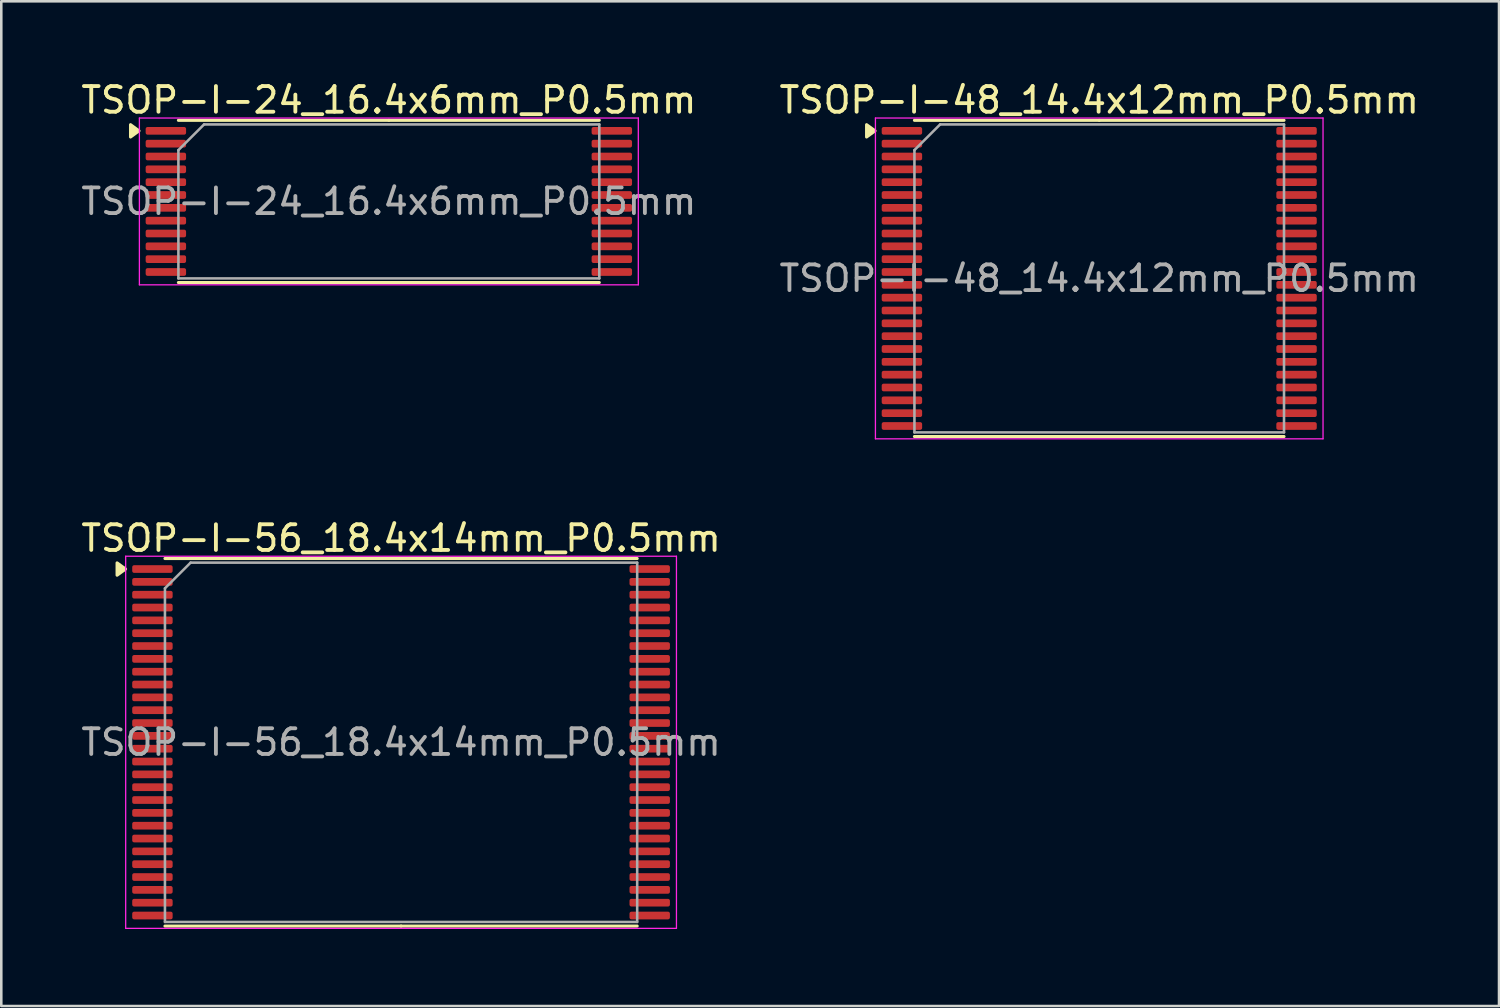
<source format=kicad_pcb>
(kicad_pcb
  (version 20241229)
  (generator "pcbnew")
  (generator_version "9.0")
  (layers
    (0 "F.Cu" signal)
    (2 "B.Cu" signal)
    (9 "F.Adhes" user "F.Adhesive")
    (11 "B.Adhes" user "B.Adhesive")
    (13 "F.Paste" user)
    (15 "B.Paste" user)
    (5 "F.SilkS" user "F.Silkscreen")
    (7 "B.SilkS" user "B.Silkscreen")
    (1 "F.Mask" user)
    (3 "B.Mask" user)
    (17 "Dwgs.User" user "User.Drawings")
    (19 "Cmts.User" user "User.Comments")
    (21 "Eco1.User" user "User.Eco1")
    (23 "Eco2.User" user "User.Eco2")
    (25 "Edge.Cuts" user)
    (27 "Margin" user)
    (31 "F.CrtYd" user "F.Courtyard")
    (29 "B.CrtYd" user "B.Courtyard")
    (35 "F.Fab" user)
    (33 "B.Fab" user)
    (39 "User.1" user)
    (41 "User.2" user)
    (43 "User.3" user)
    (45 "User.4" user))
  (footprint "TSOP-I-24_16.4x6mm_P0.5mm"
    (layer "F.Cu")
    (at 12.101 4.798)
    (property "Reference" "TSOP-I-24_16.4x6mm_P0.5mm" (at 0 -3.95 0) (layer "F.SilkS") (effects (font (size 1 1) (thickness 0.15))))
    (attr smd)
    (fp_line (start 0 -3.16) (end -8.2 -3.16) (stroke (width 0.12) (type solid)) (layer "F.SilkS"))
    (fp_line (start 0 -3.16) (end 8.2 -3.16) (stroke (width 0.12) (type solid)) (layer "F.SilkS"))
    (fp_line (start 0 3.16) (end -8.2 3.16) (stroke (width 0.12) (type solid)) (layer "F.SilkS"))
    (fp_line (start 0 3.16) (end 8.2 3.16) (stroke (width 0.12) (type solid)) (layer "F.SilkS"))
    (fp_poly (pts (xy -9.735 -2.75) (xy -10.065 -2.51) (xy -10.065 -2.99) (xy -9.735 -2.75)) (stroke (width 0.12) (type solid)) (fill yes) (layer "F.SilkS"))
    (fp_line (start -9.72 -3.25) (end -9.72 3.25) (stroke (width 0.05) (type solid)) (layer "F.CrtYd"))
    (fp_line (start -9.72 3.25) (end 9.72 3.25) (stroke (width 0.05) (type solid)) (layer "F.CrtYd"))
    (fp_line (start 9.72 -3.25) (end -9.72 -3.25) (stroke (width 0.05) (type solid)) (layer "F.CrtYd"))
    (fp_line (start 9.72 3.25) (end 9.72 -3.25) (stroke (width 0.05) (type solid)) (layer "F.CrtYd"))
    (fp_line (start -8.2 -2) (end -7.2 -3) (stroke (width 0.1) (type solid)) (layer "F.Fab"))
    (fp_line (start -8.2 3) (end -8.2 -2) (stroke (width 0.1) (type solid)) (layer "F.Fab"))
    (fp_line (start -7.2 -3) (end 8.2 -3) (stroke (width 0.1) (type solid)) (layer "F.Fab"))
    (fp_line (start 8.2 -3) (end 8.2 3) (stroke (width 0.1) (type solid)) (layer "F.Fab"))
    (fp_line (start 8.2 3) (end -8.2 3) (stroke (width 0.1) (type solid)) (layer "F.Fab"))
    (fp_text user "${REFERENCE}" (at 0 0 0) (layer "F.Fab") (effects (font (size 1 1) (thickness 0.15))))
    (pad "1" smd roundrect (at -8.688 -2.75) (size 1.575 0.3) (layers "F.Cu" "F.Mask" "F.Paste") (roundrect_rratio 0.25))
    (pad "2" smd roundrect (at -8.688 -2.25) (size 1.575 0.3) (layers "F.Cu" "F.Mask" "F.Paste") (roundrect_rratio 0.25))
    (pad "3" smd roundrect (at -8.688 -1.75) (size 1.575 0.3) (layers "F.Cu" "F.Mask" "F.Paste") (roundrect_rratio 0.25))
    (pad "4" smd roundrect (at -8.688 -1.25) (size 1.575 0.3) (layers "F.Cu" "F.Mask" "F.Paste") (roundrect_rratio 0.25))
    (pad "5" smd roundrect (at -8.688 -0.75) (size 1.575 0.3) (layers "F.Cu" "F.Mask" "F.Paste") (roundrect_rratio 0.25))
    (pad "6" smd roundrect (at -8.688 -0.25) (size 1.575 0.3) (layers "F.Cu" "F.Mask" "F.Paste") (roundrect_rratio 0.25))
    (pad "7" smd roundrect (at -8.688 0.25) (size 1.575 0.3) (layers "F.Cu" "F.Mask" "F.Paste") (roundrect_rratio 0.25))
    (pad "8" smd roundrect (at -8.688 0.75) (size 1.575 0.3) (layers "F.Cu" "F.Mask" "F.Paste") (roundrect_rratio 0.25))
    (pad "9" smd roundrect (at -8.688 1.25) (size 1.575 0.3) (layers "F.Cu" "F.Mask" "F.Paste") (roundrect_rratio 0.25))
    (pad "10" smd roundrect (at -8.688 1.75) (size 1.575 0.3) (layers "F.Cu" "F.Mask" "F.Paste") (roundrect_rratio 0.25))
    (pad "11" smd roundrect (at -8.688 2.25) (size 1.575 0.3) (layers "F.Cu" "F.Mask" "F.Paste") (roundrect_rratio 0.25))
    (pad "12" smd roundrect (at -8.688 2.75) (size 1.575 0.3) (layers "F.Cu" "F.Mask" "F.Paste") (roundrect_rratio 0.25))
    (pad "13" smd roundrect (at 8.688 2.75) (size 1.575 0.3) (layers "F.Cu" "F.Mask" "F.Paste") (roundrect_rratio 0.25))
    (pad "14" smd roundrect (at 8.688 2.25) (size 1.575 0.3) (layers "F.Cu" "F.Mask" "F.Paste") (roundrect_rratio 0.25))
    (pad "15" smd roundrect (at 8.688 1.75) (size 1.575 0.3) (layers "F.Cu" "F.Mask" "F.Paste") (roundrect_rratio 0.25))
    (pad "16" smd roundrect (at 8.688 1.25) (size 1.575 0.3) (layers "F.Cu" "F.Mask" "F.Paste") (roundrect_rratio 0.25))
    (pad "17" smd roundrect (at 8.688 0.75) (size 1.575 0.3) (layers "F.Cu" "F.Mask" "F.Paste") (roundrect_rratio 0.25))
    (pad "18" smd roundrect (at 8.688 0.25) (size 1.575 0.3) (layers "F.Cu" "F.Mask" "F.Paste") (roundrect_rratio 0.25))
    (pad "19" smd roundrect (at 8.688 -0.25) (size 1.575 0.3) (layers "F.Cu" "F.Mask" "F.Paste") (roundrect_rratio 0.25))
    (pad "20" smd roundrect (at 8.688 -0.75) (size 1.575 0.3) (layers "F.Cu" "F.Mask" "F.Paste") (roundrect_rratio 0.25))
    (pad "21" smd roundrect (at 8.688 -1.25) (size 1.575 0.3) (layers "F.Cu" "F.Mask" "F.Paste") (roundrect_rratio 0.25))
    (pad "22" smd roundrect (at 8.688 -1.75) (size 1.575 0.3) (layers "F.Cu" "F.Mask" "F.Paste") (roundrect_rratio 0.25))
    (pad "23" smd roundrect (at 8.688 -2.25) (size 1.575 0.3) (layers "F.Cu" "F.Mask" "F.Paste") (roundrect_rratio 0.25))
    (pad "24" smd roundrect (at 8.688 -2.75) (size 1.575 0.3) (layers "F.Cu" "F.Mask" "F.Paste") (roundrect_rratio 0.25)))
  (footprint "TSOP-I-48_14.4x12mm_P0.5mm"
    (layer "F.Cu")
    (at 39.78 7.798)
    (property "Reference" "TSOP-I-48_14.4x12mm_P0.5mm" (at 0 -6.95 0) (layer "F.SilkS") (effects (font (size 1 1) (thickness 0.15))))
    (attr smd)
    (fp_line (start 0 -6.16) (end -7.2 -6.16) (stroke (width 0.12) (type solid)) (layer "F.SilkS"))
    (fp_line (start 0 -6.16) (end 7.2 -6.16) (stroke (width 0.12) (type solid)) (layer "F.SilkS"))
    (fp_line (start 0 6.16) (end -7.2 6.16) (stroke (width 0.12) (type solid)) (layer "F.SilkS"))
    (fp_line (start 0 6.16) (end 7.2 6.16) (stroke (width 0.12) (type solid)) (layer "F.SilkS"))
    (fp_poly (pts (xy -8.735 -5.75) (xy -9.065 -5.51) (xy -9.065 -5.99) (xy -8.735 -5.75)) (stroke (width 0.12) (type solid)) (fill yes) (layer "F.SilkS"))
    (fp_line (start -8.72 -6.25) (end -8.72 6.25) (stroke (width 0.05) (type solid)) (layer "F.CrtYd"))
    (fp_line (start -8.72 6.25) (end 8.72 6.25) (stroke (width 0.05) (type solid)) (layer "F.CrtYd"))
    (fp_line (start 8.72 -6.25) (end -8.72 -6.25) (stroke (width 0.05) (type solid)) (layer "F.CrtYd"))
    (fp_line (start 8.72 6.25) (end 8.72 -6.25) (stroke (width 0.05) (type solid)) (layer "F.CrtYd"))
    (fp_line (start -7.2 -5) (end -6.2 -6) (stroke (width 0.1) (type solid)) (layer "F.Fab"))
    (fp_line (start -7.2 6) (end -7.2 -5) (stroke (width 0.1) (type solid)) (layer "F.Fab"))
    (fp_line (start -6.2 -6) (end 7.2 -6) (stroke (width 0.1) (type solid)) (layer "F.Fab"))
    (fp_line (start 7.2 -6) (end 7.2 6) (stroke (width 0.1) (type solid)) (layer "F.Fab"))
    (fp_line (start 7.2 6) (end -7.2 6) (stroke (width 0.1) (type solid)) (layer "F.Fab"))
    (fp_text user "${REFERENCE}" (at 0 0 0) (layer "F.Fab") (effects (font (size 1 1) (thickness 0.15))))
    (pad "1" smd roundrect (at -7.688 -5.75) (size 1.575 0.3) (layers "F.Cu" "F.Mask" "F.Paste") (roundrect_rratio 0.25))
    (pad "2" smd roundrect (at -7.688 -5.25) (size 1.575 0.3) (layers "F.Cu" "F.Mask" "F.Paste") (roundrect_rratio 0.25))
    (pad "3" smd roundrect (at -7.688 -4.75) (size 1.575 0.3) (layers "F.Cu" "F.Mask" "F.Paste") (roundrect_rratio 0.25))
    (pad "4" smd roundrect (at -7.688 -4.25) (size 1.575 0.3) (layers "F.Cu" "F.Mask" "F.Paste") (roundrect_rratio 0.25))
    (pad "5" smd roundrect (at -7.688 -3.75) (size 1.575 0.3) (layers "F.Cu" "F.Mask" "F.Paste") (roundrect_rratio 0.25))
    (pad "6" smd roundrect (at -7.688 -3.25) (size 1.575 0.3) (layers "F.Cu" "F.Mask" "F.Paste") (roundrect_rratio 0.25))
    (pad "7" smd roundrect (at -7.688 -2.75) (size 1.575 0.3) (layers "F.Cu" "F.Mask" "F.Paste") (roundrect_rratio 0.25))
    (pad "8" smd roundrect (at -7.688 -2.25) (size 1.575 0.3) (layers "F.Cu" "F.Mask" "F.Paste") (roundrect_rratio 0.25))
    (pad "9" smd roundrect (at -7.688 -1.75) (size 1.575 0.3) (layers "F.Cu" "F.Mask" "F.Paste") (roundrect_rratio 0.25))
    (pad "10" smd roundrect (at -7.688 -1.25) (size 1.575 0.3) (layers "F.Cu" "F.Mask" "F.Paste") (roundrect_rratio 0.25))
    (pad "11" smd roundrect (at -7.688 -0.75) (size 1.575 0.3) (layers "F.Cu" "F.Mask" "F.Paste") (roundrect_rratio 0.25))
    (pad "12" smd roundrect (at -7.688 -0.25) (size 1.575 0.3) (layers "F.Cu" "F.Mask" "F.Paste") (roundrect_rratio 0.25))
    (pad "13" smd roundrect (at -7.688 0.25) (size 1.575 0.3) (layers "F.Cu" "F.Mask" "F.Paste") (roundrect_rratio 0.25))
    (pad "14" smd roundrect (at -7.688 0.75) (size 1.575 0.3) (layers "F.Cu" "F.Mask" "F.Paste") (roundrect_rratio 0.25))
    (pad "15" smd roundrect (at -7.688 1.25) (size 1.575 0.3) (layers "F.Cu" "F.Mask" "F.Paste") (roundrect_rratio 0.25))
    (pad "16" smd roundrect (at -7.688 1.75) (size 1.575 0.3) (layers "F.Cu" "F.Mask" "F.Paste") (roundrect_rratio 0.25))
    (pad "17" smd roundrect (at -7.688 2.25) (size 1.575 0.3) (layers "F.Cu" "F.Mask" "F.Paste") (roundrect_rratio 0.25))
    (pad "18" smd roundrect (at -7.688 2.75) (size 1.575 0.3) (layers "F.Cu" "F.Mask" "F.Paste") (roundrect_rratio 0.25))
    (pad "19" smd roundrect (at -7.688 3.25) (size 1.575 0.3) (layers "F.Cu" "F.Mask" "F.Paste") (roundrect_rratio 0.25))
    (pad "20" smd roundrect (at -7.688 3.75) (size 1.575 0.3) (layers "F.Cu" "F.Mask" "F.Paste") (roundrect_rratio 0.25))
    (pad "21" smd roundrect (at -7.688 4.25) (size 1.575 0.3) (layers "F.Cu" "F.Mask" "F.Paste") (roundrect_rratio 0.25))
    (pad "22" smd roundrect (at -7.688 4.75) (size 1.575 0.3) (layers "F.Cu" "F.Mask" "F.Paste") (roundrect_rratio 0.25))
    (pad "23" smd roundrect (at -7.688 5.25) (size 1.575 0.3) (layers "F.Cu" "F.Mask" "F.Paste") (roundrect_rratio 0.25))
    (pad "24" smd roundrect (at -7.688 5.75) (size 1.575 0.3) (layers "F.Cu" "F.Mask" "F.Paste") (roundrect_rratio 0.25))
    (pad "25" smd roundrect (at 7.688 5.75) (size 1.575 0.3) (layers "F.Cu" "F.Mask" "F.Paste") (roundrect_rratio 0.25))
    (pad "26" smd roundrect (at 7.688 5.25) (size 1.575 0.3) (layers "F.Cu" "F.Mask" "F.Paste") (roundrect_rratio 0.25))
    (pad "27" smd roundrect (at 7.688 4.75) (size 1.575 0.3) (layers "F.Cu" "F.Mask" "F.Paste") (roundrect_rratio 0.25))
    (pad "28" smd roundrect (at 7.688 4.25) (size 1.575 0.3) (layers "F.Cu" "F.Mask" "F.Paste") (roundrect_rratio 0.25))
    (pad "29" smd roundrect (at 7.688 3.75) (size 1.575 0.3) (layers "F.Cu" "F.Mask" "F.Paste") (roundrect_rratio 0.25))
    (pad "30" smd roundrect (at 7.688 3.25) (size 1.575 0.3) (layers "F.Cu" "F.Mask" "F.Paste") (roundrect_rratio 0.25))
    (pad "31" smd roundrect (at 7.688 2.75) (size 1.575 0.3) (layers "F.Cu" "F.Mask" "F.Paste") (roundrect_rratio 0.25))
    (pad "32" smd roundrect (at 7.688 2.25) (size 1.575 0.3) (layers "F.Cu" "F.Mask" "F.Paste") (roundrect_rratio 0.25))
    (pad "33" smd roundrect (at 7.688 1.75) (size 1.575 0.3) (layers "F.Cu" "F.Mask" "F.Paste") (roundrect_rratio 0.25))
    (pad "34" smd roundrect (at 7.688 1.25) (size 1.575 0.3) (layers "F.Cu" "F.Mask" "F.Paste") (roundrect_rratio 0.25))
    (pad "35" smd roundrect (at 7.688 0.75) (size 1.575 0.3) (layers "F.Cu" "F.Mask" "F.Paste") (roundrect_rratio 0.25))
    (pad "36" smd roundrect (at 7.688 0.25) (size 1.575 0.3) (layers "F.Cu" "F.Mask" "F.Paste") (roundrect_rratio 0.25))
    (pad "37" smd roundrect (at 7.688 -0.25) (size 1.575 0.3) (layers "F.Cu" "F.Mask" "F.Paste") (roundrect_rratio 0.25))
    (pad "38" smd roundrect (at 7.688 -0.75) (size 1.575 0.3) (layers "F.Cu" "F.Mask" "F.Paste") (roundrect_rratio 0.25))
    (pad "39" smd roundrect (at 7.688 -1.25) (size 1.575 0.3) (layers "F.Cu" "F.Mask" "F.Paste") (roundrect_rratio 0.25))
    (pad "40" smd roundrect (at 7.688 -1.75) (size 1.575 0.3) (layers "F.Cu" "F.Mask" "F.Paste") (roundrect_rratio 0.25))
    (pad "41" smd roundrect (at 7.688 -2.25) (size 1.575 0.3) (layers "F.Cu" "F.Mask" "F.Paste") (roundrect_rratio 0.25))
    (pad "42" smd roundrect (at 7.688 -2.75) (size 1.575 0.3) (layers "F.Cu" "F.Mask" "F.Paste") (roundrect_rratio 0.25))
    (pad "43" smd roundrect (at 7.688 -3.25) (size 1.575 0.3) (layers "F.Cu" "F.Mask" "F.Paste") (roundrect_rratio 0.25))
    (pad "44" smd roundrect (at 7.688 -3.75) (size 1.575 0.3) (layers "F.Cu" "F.Mask" "F.Paste") (roundrect_rratio 0.25))
    (pad "45" smd roundrect (at 7.688 -4.25) (size 1.575 0.3) (layers "F.Cu" "F.Mask" "F.Paste") (roundrect_rratio 0.25))
    (pad "46" smd roundrect (at 7.688 -4.75) (size 1.575 0.3) (layers "F.Cu" "F.Mask" "F.Paste") (roundrect_rratio 0.25))
    (pad "47" smd roundrect (at 7.688 -5.25) (size 1.575 0.3) (layers "F.Cu" "F.Mask" "F.Paste") (roundrect_rratio 0.25))
    (pad "48" smd roundrect (at 7.688 -5.75) (size 1.575 0.3) (layers "F.Cu" "F.Mask" "F.Paste") (roundrect_rratio 0.25)))
  (footprint "TSOP-I-56_18.4x14mm_P0.5mm"
    (layer "F.Cu")
    (at 12.577 25.872)
    (property "Reference" "TSOP-I-56_18.4x14mm_P0.5mm" (at 0 -7.95 0) (layer "F.SilkS") (effects (font (size 1 1) (thickness 0.15))))
    (attr smd)
    (fp_line (start 0 -7.16) (end -9.2 -7.16) (stroke (width 0.12) (type solid)) (layer "F.SilkS"))
    (fp_line (start 0 -7.16) (end 9.2 -7.16) (stroke (width 0.12) (type solid)) (layer "F.SilkS"))
    (fp_line (start 0 7.16) (end -9.2 7.16) (stroke (width 0.12) (type solid)) (layer "F.SilkS"))
    (fp_line (start 0 7.16) (end 9.2 7.16) (stroke (width 0.12) (type solid)) (layer "F.SilkS"))
    (fp_poly (pts (xy -10.735 -6.75) (xy -11.065 -6.51) (xy -11.065 -6.99) (xy -10.735 -6.75)) (stroke (width 0.12) (type solid)) (fill yes) (layer "F.SilkS"))
    (fp_line (start -10.73 -7.25) (end -10.73 7.25) (stroke (width 0.05) (type solid)) (layer "F.CrtYd"))
    (fp_line (start -10.73 7.25) (end 10.73 7.25) (stroke (width 0.05) (type solid)) (layer "F.CrtYd"))
    (fp_line (start 10.73 -7.25) (end -10.73 -7.25) (stroke (width 0.05) (type solid)) (layer "F.CrtYd"))
    (fp_line (start 10.73 7.25) (end 10.73 -7.25) (stroke (width 0.05) (type solid)) (layer "F.CrtYd"))
    (fp_line (start -9.2 -6) (end -8.2 -7) (stroke (width 0.1) (type solid)) (layer "F.Fab"))
    (fp_line (start -9.2 7) (end -9.2 -6) (stroke (width 0.1) (type solid)) (layer "F.Fab"))
    (fp_line (start -8.2 -7) (end 9.2 -7) (stroke (width 0.1) (type solid)) (layer "F.Fab"))
    (fp_line (start 9.2 -7) (end 9.2 7) (stroke (width 0.1) (type solid)) (layer "F.Fab"))
    (fp_line (start 9.2 7) (end -9.2 7) (stroke (width 0.1) (type solid)) (layer "F.Fab"))
    (fp_text user "${REFERENCE}" (at 0 0 0) (layer "F.Fab") (effects (font (size 1 1) (thickness 0.15))))
    (pad "1" smd roundrect (at -9.688 -6.75) (size 1.575 0.3) (layers "F.Cu" "F.Mask" "F.Paste") (roundrect_rratio 0.25))
    (pad "2" smd roundrect (at -9.688 -6.25) (size 1.575 0.3) (layers "F.Cu" "F.Mask" "F.Paste") (roundrect_rratio 0.25))
    (pad "3" smd roundrect (at -9.688 -5.75) (size 1.575 0.3) (layers "F.Cu" "F.Mask" "F.Paste") (roundrect_rratio 0.25))
    (pad "4" smd roundrect (at -9.688 -5.25) (size 1.575 0.3) (layers "F.Cu" "F.Mask" "F.Paste") (roundrect_rratio 0.25))
    (pad "5" smd roundrect (at -9.688 -4.75) (size 1.575 0.3) (layers "F.Cu" "F.Mask" "F.Paste") (roundrect_rratio 0.25))
    (pad "6" smd roundrect (at -9.688 -4.25) (size 1.575 0.3) (layers "F.Cu" "F.Mask" "F.Paste") (roundrect_rratio 0.25))
    (pad "7" smd roundrect (at -9.688 -3.75) (size 1.575 0.3) (layers "F.Cu" "F.Mask" "F.Paste") (roundrect_rratio 0.25))
    (pad "8" smd roundrect (at -9.688 -3.25) (size 1.575 0.3) (layers "F.Cu" "F.Mask" "F.Paste") (roundrect_rratio 0.25))
    (pad "9" smd roundrect (at -9.688 -2.75) (size 1.575 0.3) (layers "F.Cu" "F.Mask" "F.Paste") (roundrect_rratio 0.25))
    (pad "10" smd roundrect (at -9.688 -2.25) (size 1.575 0.3) (layers "F.Cu" "F.Mask" "F.Paste") (roundrect_rratio 0.25))
    (pad "11" smd roundrect (at -9.688 -1.75) (size 1.575 0.3) (layers "F.Cu" "F.Mask" "F.Paste") (roundrect_rratio 0.25))
    (pad "12" smd roundrect (at -9.688 -1.25) (size 1.575 0.3) (layers "F.Cu" "F.Mask" "F.Paste") (roundrect_rratio 0.25))
    (pad "13" smd roundrect (at -9.688 -0.75) (size 1.575 0.3) (layers "F.Cu" "F.Mask" "F.Paste") (roundrect_rratio 0.25))
    (pad "14" smd roundrect (at -9.688 -0.25) (size 1.575 0.3) (layers "F.Cu" "F.Mask" "F.Paste") (roundrect_rratio 0.25))
    (pad "15" smd roundrect (at -9.688 0.25) (size 1.575 0.3) (layers "F.Cu" "F.Mask" "F.Paste") (roundrect_rratio 0.25))
    (pad "16" smd roundrect (at -9.688 0.75) (size 1.575 0.3) (layers "F.Cu" "F.Mask" "F.Paste") (roundrect_rratio 0.25))
    (pad "17" smd roundrect (at -9.688 1.25) (size 1.575 0.3) (layers "F.Cu" "F.Mask" "F.Paste") (roundrect_rratio 0.25))
    (pad "18" smd roundrect (at -9.688 1.75) (size 1.575 0.3) (layers "F.Cu" "F.Mask" "F.Paste") (roundrect_rratio 0.25))
    (pad "19" smd roundrect (at -9.688 2.25) (size 1.575 0.3) (layers "F.Cu" "F.Mask" "F.Paste") (roundrect_rratio 0.25))
    (pad "20" smd roundrect (at -9.688 2.75) (size 1.575 0.3) (layers "F.Cu" "F.Mask" "F.Paste") (roundrect_rratio 0.25))
    (pad "21" smd roundrect (at -9.688 3.25) (size 1.575 0.3) (layers "F.Cu" "F.Mask" "F.Paste") (roundrect_rratio 0.25))
    (pad "22" smd roundrect (at -9.688 3.75) (size 1.575 0.3) (layers "F.Cu" "F.Mask" "F.Paste") (roundrect_rratio 0.25))
    (pad "23" smd roundrect (at -9.688 4.25) (size 1.575 0.3) (layers "F.Cu" "F.Mask" "F.Paste") (roundrect_rratio 0.25))
    (pad "24" smd roundrect (at -9.688 4.75) (size 1.575 0.3) (layers "F.Cu" "F.Mask" "F.Paste") (roundrect_rratio 0.25))
    (pad "25" smd roundrect (at -9.688 5.25) (size 1.575 0.3) (layers "F.Cu" "F.Mask" "F.Paste") (roundrect_rratio 0.25))
    (pad "26" smd roundrect (at -9.688 5.75) (size 1.575 0.3) (layers "F.Cu" "F.Mask" "F.Paste") (roundrect_rratio 0.25))
    (pad "27" smd roundrect (at -9.688 6.25) (size 1.575 0.3) (layers "F.Cu" "F.Mask" "F.Paste") (roundrect_rratio 0.25))
    (pad "28" smd roundrect (at -9.688 6.75) (size 1.575 0.3) (layers "F.Cu" "F.Mask" "F.Paste") (roundrect_rratio 0.25))
    (pad "29" smd roundrect (at 9.688 6.75) (size 1.575 0.3) (layers "F.Cu" "F.Mask" "F.Paste") (roundrect_rratio 0.25))
    (pad "30" smd roundrect (at 9.688 6.25) (size 1.575 0.3) (layers "F.Cu" "F.Mask" "F.Paste") (roundrect_rratio 0.25))
    (pad "31" smd roundrect (at 9.688 5.75) (size 1.575 0.3) (layers "F.Cu" "F.Mask" "F.Paste") (roundrect_rratio 0.25))
    (pad "32" smd roundrect (at 9.688 5.25) (size 1.575 0.3) (layers "F.Cu" "F.Mask" "F.Paste") (roundrect_rratio 0.25))
    (pad "33" smd roundrect (at 9.688 4.75) (size 1.575 0.3) (layers "F.Cu" "F.Mask" "F.Paste") (roundrect_rratio 0.25))
    (pad "34" smd roundrect (at 9.688 4.25) (size 1.575 0.3) (layers "F.Cu" "F.Mask" "F.Paste") (roundrect_rratio 0.25))
    (pad "35" smd roundrect (at 9.688 3.75) (size 1.575 0.3) (layers "F.Cu" "F.Mask" "F.Paste") (roundrect_rratio 0.25))
    (pad "36" smd roundrect (at 9.688 3.25) (size 1.575 0.3) (layers "F.Cu" "F.Mask" "F.Paste") (roundrect_rratio 0.25))
    (pad "37" smd roundrect (at 9.688 2.75) (size 1.575 0.3) (layers "F.Cu" "F.Mask" "F.Paste") (roundrect_rratio 0.25))
    (pad "38" smd roundrect (at 9.688 2.25) (size 1.575 0.3) (layers "F.Cu" "F.Mask" "F.Paste") (roundrect_rratio 0.25))
    (pad "39" smd roundrect (at 9.688 1.75) (size 1.575 0.3) (layers "F.Cu" "F.Mask" "F.Paste") (roundrect_rratio 0.25))
    (pad "40" smd roundrect (at 9.688 1.25) (size 1.575 0.3) (layers "F.Cu" "F.Mask" "F.Paste") (roundrect_rratio 0.25))
    (pad "41" smd roundrect (at 9.688 0.75) (size 1.575 0.3) (layers "F.Cu" "F.Mask" "F.Paste") (roundrect_rratio 0.25))
    (pad "42" smd roundrect (at 9.688 0.25) (size 1.575 0.3) (layers "F.Cu" "F.Mask" "F.Paste") (roundrect_rratio 0.25))
    (pad "43" smd roundrect (at 9.688 -0.25) (size 1.575 0.3) (layers "F.Cu" "F.Mask" "F.Paste") (roundrect_rratio 0.25))
    (pad "44" smd roundrect (at 9.688 -0.75) (size 1.575 0.3) (layers "F.Cu" "F.Mask" "F.Paste") (roundrect_rratio 0.25))
    (pad "45" smd roundrect (at 9.688 -1.25) (size 1.575 0.3) (layers "F.Cu" "F.Mask" "F.Paste") (roundrect_rratio 0.25))
    (pad "46" smd roundrect (at 9.688 -1.75) (size 1.575 0.3) (layers "F.Cu" "F.Mask" "F.Paste") (roundrect_rratio 0.25))
    (pad "47" smd roundrect (at 9.688 -2.25) (size 1.575 0.3) (layers "F.Cu" "F.Mask" "F.Paste") (roundrect_rratio 0.25))
    (pad "48" smd roundrect (at 9.688 -2.75) (size 1.575 0.3) (layers "F.Cu" "F.Mask" "F.Paste") (roundrect_rratio 0.25))
    (pad "49" smd roundrect (at 9.688 -3.25) (size 1.575 0.3) (layers "F.Cu" "F.Mask" "F.Paste") (roundrect_rratio 0.25))
    (pad "50" smd roundrect (at 9.688 -3.75) (size 1.575 0.3) (layers "F.Cu" "F.Mask" "F.Paste") (roundrect_rratio 0.25))
    (pad "51" smd roundrect (at 9.688 -4.25) (size 1.575 0.3) (layers "F.Cu" "F.Mask" "F.Paste") (roundrect_rratio 0.25))
    (pad "52" smd roundrect (at 9.688 -4.75) (size 1.575 0.3) (layers "F.Cu" "F.Mask" "F.Paste") (roundrect_rratio 0.25))
    (pad "53" smd roundrect (at 9.688 -5.25) (size 1.575 0.3) (layers "F.Cu" "F.Mask" "F.Paste") (roundrect_rratio 0.25))
    (pad "54" smd roundrect (at 9.688 -5.75) (size 1.575 0.3) (layers "F.Cu" "F.Mask" "F.Paste") (roundrect_rratio 0.25))
    (pad "55" smd roundrect (at 9.688 -6.25) (size 1.575 0.3) (layers "F.Cu" "F.Mask" "F.Paste") (roundrect_rratio 0.25))
    (pad "56" smd roundrect (at 9.688 -6.75) (size 1.575 0.3) (layers "F.Cu" "F.Mask" "F.Paste") (roundrect_rratio 0.25)))
  (gr_rect
    (start -3 -3)
    (end 55.357 36.147)
    (stroke (width 0.1) (type default))
    (fill no)
    (layer "Edge.Cuts")))
</source>
